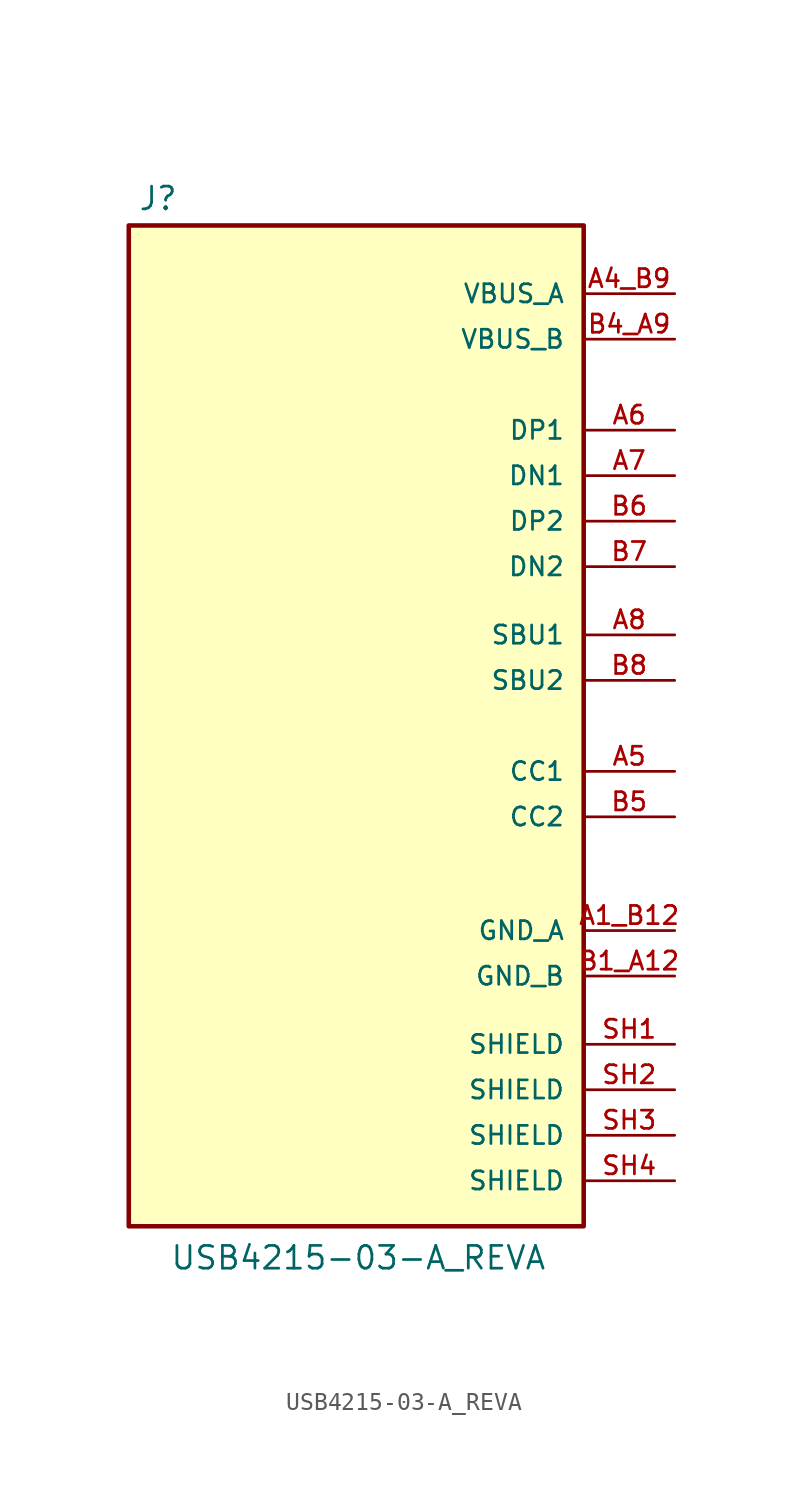
<source format=kicad_sym>
(kicad_symbol_lib
  (version 20241209)
  (generator "kicad_symbol_editor")
  (generator_version "9.0")
  (symbol "USB4215-03-A_REVA"
    (pin_names
      (offset 1.016))
    (property "Reference" "J"
      (at -12.192 28.702 0)
      (effects (font (size 1.27 1.27)) (justify left bottom)))
    (property "Value" "USB4215-03-A_REVA"
      (at -10.414 -28.956 0)
      (effects (font (size 1.27 1.27)) (justify left top)))
    (symbol "USB4215-03-A_REVA_0_0"
      (rectangle (start -12.7 27.94) (end 12.7 -27.94) (stroke (width 0.254) (type default)) (fill (type background)))
      (pin power_in line (at 17.78 24.13 180) (length 5.08) (name "VBUS_A" (effects (font (size 1.016 1.016)))) (number "A4_B9" (effects (font (size 1.016 1.016)))))
      (pin power_in line (at 17.78 21.59 180) (length 5.08) (name "VBUS_B" (effects (font (size 1.016 1.016)))) (number "B4_A9" (effects (font (size 1.016 1.016)))))
      (pin bidirectional line (at 17.78 16.51 180) (length 5.08) (name "DP1" (effects (font (size 1.016 1.016)))) (number "A6" (effects (font (size 1.016 1.016)))))
      (pin bidirectional line (at 17.78 13.97 180) (length 5.08) (name "DN1" (effects (font (size 1.016 1.016)))) (number "A7" (effects (font (size 1.016 1.016)))))
      (pin bidirectional line (at 17.78 11.43 180) (length 5.08) (name "DP2" (effects (font (size 1.016 1.016)))) (number "B6" (effects (font (size 1.016 1.016)))))
      (pin bidirectional line (at 17.78 8.89 180) (length 5.08) (name "DN2" (effects (font (size 1.016 1.016)))) (number "B7" (effects (font (size 1.016 1.016)))))
      (pin bidirectional line (at 17.78 5.08 180) (length 5.08) (name "SBU1" (effects (font (size 1.016 1.016)))) (number "A8" (effects (font (size 1.016 1.016)))))
      (pin bidirectional line (at 17.78 2.54 180) (length 5.08) (name "SBU2" (effects (font (size 1.016 1.016)))) (number "B8" (effects (font (size 1.016 1.016)))))
      (pin bidirectional line (at 17.78 -2.54 180) (length 5.08) (name "CC1" (effects (font (size 1.016 1.016)))) (number "A5" (effects (font (size 1.016 1.016)))))
      (pin bidirectional line (at 17.78 -5.08 180) (length 5.08) (name "CC2" (effects (font (size 1.016 1.016)))) (number "B5" (effects (font (size 1.016 1.016)))))
      (pin power_in line (at 17.78 -11.43 180) (length 5.08) (name "GND_A" (effects (font (size 1.016 1.016)))) (number "A1_B12" (effects (font (size 1.016 1.016)))))
      (pin power_in line (at 17.78 -13.97 180) (length 5.08) (name "GND_B" (effects (font (size 1.016 1.016)))) (number "B1_A12" (effects (font (size 1.016 1.016)))))
      (pin passive line (at 17.78 -17.78 180) (length 5.08) (name "SHIELD" (effects (font (size 1.016 1.016)))) (number "SH1" (effects (font (size 1.016 1.016)))))
      (pin passive line (at 17.78 -20.32 180) (length 5.08) (name "SHIELD" (effects (font (size 1.016 1.016)))) (number "SH2" (effects (font (size 1.016 1.016)))))
      (pin passive line (at 17.78 -22.86 180) (length 5.08) (name "SHIELD" (effects (font (size 1.016 1.016)))) (number "SH3" (effects (font (size 1.016 1.016)))))
      (pin passive line (at 17.78 -25.4 180) (length 5.08) (name "SHIELD" (effects (font (size 1.016 1.016)))) (number "SH4" (effects (font (size 1.016 1.016))))))))
</source>
